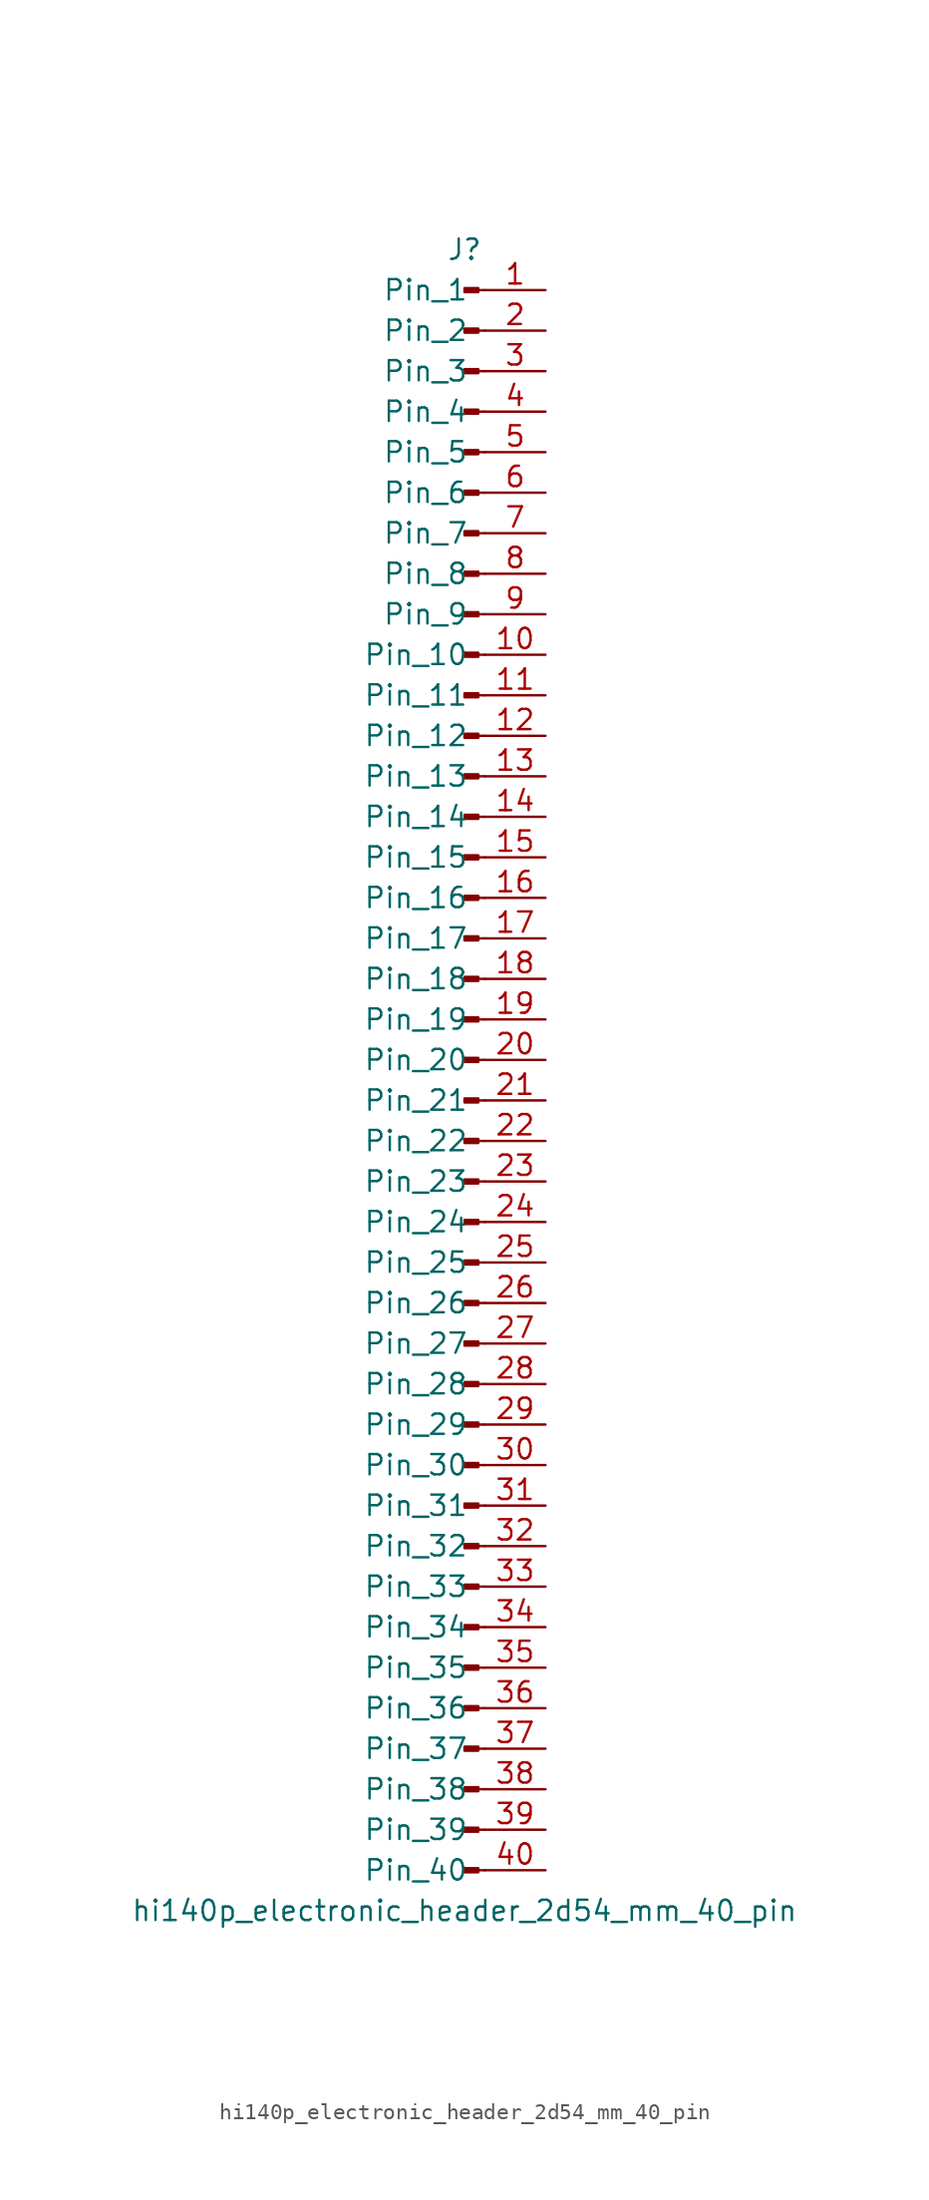
<source format=kicad_sym>
(kicad_symbol_lib
  (version 20220914)
  (generator kicad_symbol_editor)
  (symbol "hi140p_electronic_header_2d54_mm_40_pin"
    (pin_names
      (offset 1.016))
    (property "Reference" "J"
      (at 0 50.8 0)
      (effects (font (size 1.27 1.27))))
    (property "Value" "hi140p_electronic_header_2d54_mm_40_pin"
      (at 0 -53.34 0)
      (effects (font (size 1.27 1.27))))
    (property "ki_locked" ""
      (at 0 0 0)
      (effects (font (size 1.27 1.27))))
    (symbol "hi140p_electronic_header_2d54_mm_40_pin_1_1"
      (polyline (pts (xy 1.27 -50.8) (xy 0.864 -50.8)) (stroke (width 0.152) (type default)) (fill (type none)))
      (polyline (pts (xy 1.27 -48.26) (xy 0.864 -48.26)) (stroke (width 0.152) (type default)) (fill (type none)))
      (polyline (pts (xy 1.27 -45.72) (xy 0.864 -45.72)) (stroke (width 0.152) (type default)) (fill (type none)))
      (polyline (pts (xy 1.27 -43.18) (xy 0.864 -43.18)) (stroke (width 0.152) (type default)) (fill (type none)))
      (polyline (pts (xy 1.27 -40.64) (xy 0.864 -40.64)) (stroke (width 0.152) (type default)) (fill (type none)))
      (polyline (pts (xy 1.27 -38.1) (xy 0.864 -38.1)) (stroke (width 0.152) (type default)) (fill (type none)))
      (polyline (pts (xy 1.27 -35.56) (xy 0.864 -35.56)) (stroke (width 0.152) (type default)) (fill (type none)))
      (polyline (pts (xy 1.27 -33.02) (xy 0.864 -33.02)) (stroke (width 0.152) (type default)) (fill (type none)))
      (polyline (pts (xy 1.27 -30.48) (xy 0.864 -30.48)) (stroke (width 0.152) (type default)) (fill (type none)))
      (polyline (pts (xy 1.27 -27.94) (xy 0.864 -27.94)) (stroke (width 0.152) (type default)) (fill (type none)))
      (polyline (pts (xy 1.27 -25.4) (xy 0.864 -25.4)) (stroke (width 0.152) (type default)) (fill (type none)))
      (polyline (pts (xy 1.27 -22.86) (xy 0.864 -22.86)) (stroke (width 0.152) (type default)) (fill (type none)))
      (polyline (pts (xy 1.27 -20.32) (xy 0.864 -20.32)) (stroke (width 0.152) (type default)) (fill (type none)))
      (polyline (pts (xy 1.27 -17.78) (xy 0.864 -17.78)) (stroke (width 0.152) (type default)) (fill (type none)))
      (polyline (pts (xy 1.27 -15.24) (xy 0.864 -15.24)) (stroke (width 0.152) (type default)) (fill (type none)))
      (polyline (pts (xy 1.27 -12.7) (xy 0.864 -12.7)) (stroke (width 0.152) (type default)) (fill (type none)))
      (polyline (pts (xy 1.27 -10.16) (xy 0.864 -10.16)) (stroke (width 0.152) (type default)) (fill (type none)))
      (polyline (pts (xy 1.27 -7.62) (xy 0.864 -7.62)) (stroke (width 0.152) (type default)) (fill (type none)))
      (polyline (pts (xy 1.27 -5.08) (xy 0.864 -5.08)) (stroke (width 0.152) (type default)) (fill (type none)))
      (polyline (pts (xy 1.27 -2.54) (xy 0.864 -2.54)) (stroke (width 0.152) (type default)) (fill (type none)))
      (polyline (pts (xy 1.27 0) (xy 0.864 0)) (stroke (width 0.152) (type default)) (fill (type none)))
      (polyline (pts (xy 1.27 2.54) (xy 0.864 2.54)) (stroke (width 0.152) (type default)) (fill (type none)))
      (polyline (pts (xy 1.27 5.08) (xy 0.864 5.08)) (stroke (width 0.152) (type default)) (fill (type none)))
      (polyline (pts (xy 1.27 7.62) (xy 0.864 7.62)) (stroke (width 0.152) (type default)) (fill (type none)))
      (polyline (pts (xy 1.27 10.16) (xy 0.864 10.16)) (stroke (width 0.152) (type default)) (fill (type none)))
      (polyline (pts (xy 1.27 12.7) (xy 0.864 12.7)) (stroke (width 0.152) (type default)) (fill (type none)))
      (polyline (pts (xy 1.27 15.24) (xy 0.864 15.24)) (stroke (width 0.152) (type default)) (fill (type none)))
      (polyline (pts (xy 1.27 17.78) (xy 0.864 17.78)) (stroke (width 0.152) (type default)) (fill (type none)))
      (polyline (pts (xy 1.27 20.32) (xy 0.864 20.32)) (stroke (width 0.152) (type default)) (fill (type none)))
      (polyline (pts (xy 1.27 22.86) (xy 0.864 22.86)) (stroke (width 0.152) (type default)) (fill (type none)))
      (polyline (pts (xy 1.27 25.4) (xy 0.864 25.4)) (stroke (width 0.152) (type default)) (fill (type none)))
      (polyline (pts (xy 1.27 27.94) (xy 0.864 27.94)) (stroke (width 0.152) (type default)) (fill (type none)))
      (polyline (pts (xy 1.27 30.48) (xy 0.864 30.48)) (stroke (width 0.152) (type default)) (fill (type none)))
      (polyline (pts (xy 1.27 33.02) (xy 0.864 33.02)) (stroke (width 0.152) (type default)) (fill (type none)))
      (polyline (pts (xy 1.27 35.56) (xy 0.864 35.56)) (stroke (width 0.152) (type default)) (fill (type none)))
      (polyline (pts (xy 1.27 38.1) (xy 0.864 38.1)) (stroke (width 0.152) (type default)) (fill (type none)))
      (polyline (pts (xy 1.27 40.64) (xy 0.864 40.64)) (stroke (width 0.152) (type default)) (fill (type none)))
      (polyline (pts (xy 1.27 43.18) (xy 0.864 43.18)) (stroke (width 0.152) (type default)) (fill (type none)))
      (polyline (pts (xy 1.27 45.72) (xy 0.864 45.72)) (stroke (width 0.152) (type default)) (fill (type none)))
      (polyline (pts (xy 1.27 48.26) (xy 0.864 48.26)) (stroke (width 0.152) (type default)) (fill (type none)))
      (rectangle (start 0.864 -50.673) (end 0 -50.927) (stroke (width 0.152) (type default)) (fill (type outline)))
      (rectangle (start 0.864 -48.133) (end 0 -48.387) (stroke (width 0.152) (type default)) (fill (type outline)))
      (rectangle (start 0.864 -45.593) (end 0 -45.847) (stroke (width 0.152) (type default)) (fill (type outline)))
      (rectangle (start 0.864 -43.053) (end 0 -43.307) (stroke (width 0.152) (type default)) (fill (type outline)))
      (rectangle (start 0.864 -40.513) (end 0 -40.767) (stroke (width 0.152) (type default)) (fill (type outline)))
      (rectangle (start 0.864 -37.973) (end 0 -38.227) (stroke (width 0.152) (type default)) (fill (type outline)))
      (rectangle (start 0.864 -35.433) (end 0 -35.687) (stroke (width 0.152) (type default)) (fill (type outline)))
      (rectangle (start 0.864 -32.893) (end 0 -33.147) (stroke (width 0.152) (type default)) (fill (type outline)))
      (rectangle (start 0.864 -30.353) (end 0 -30.607) (stroke (width 0.152) (type default)) (fill (type outline)))
      (rectangle (start 0.864 -27.813) (end 0 -28.067) (stroke (width 0.152) (type default)) (fill (type outline)))
      (rectangle (start 0.864 -25.273) (end 0 -25.527) (stroke (width 0.152) (type default)) (fill (type outline)))
      (rectangle (start 0.864 -22.733) (end 0 -22.987) (stroke (width 0.152) (type default)) (fill (type outline)))
      (rectangle (start 0.864 -20.193) (end 0 -20.447) (stroke (width 0.152) (type default)) (fill (type outline)))
      (rectangle (start 0.864 -17.653) (end 0 -17.907) (stroke (width 0.152) (type default)) (fill (type outline)))
      (rectangle (start 0.864 -15.113) (end 0 -15.367) (stroke (width 0.152) (type default)) (fill (type outline)))
      (rectangle (start 0.864 -12.573) (end 0 -12.827) (stroke (width 0.152) (type default)) (fill (type outline)))
      (rectangle (start 0.864 -10.033) (end 0 -10.287) (stroke (width 0.152) (type default)) (fill (type outline)))
      (rectangle (start 0.864 -7.493) (end 0 -7.747) (stroke (width 0.152) (type default)) (fill (type outline)))
      (rectangle (start 0.864 -4.953) (end 0 -5.207) (stroke (width 0.152) (type default)) (fill (type outline)))
      (rectangle (start 0.864 -2.413) (end 0 -2.667) (stroke (width 0.152) (type default)) (fill (type outline)))
      (rectangle (start 0.864 0.127) (end 0 -0.127) (stroke (width 0.152) (type default)) (fill (type outline)))
      (rectangle (start 0.864 2.667) (end 0 2.413) (stroke (width 0.152) (type default)) (fill (type outline)))
      (rectangle (start 0.864 5.207) (end 0 4.953) (stroke (width 0.152) (type default)) (fill (type outline)))
      (rectangle (start 0.864 7.747) (end 0 7.493) (stroke (width 0.152) (type default)) (fill (type outline)))
      (rectangle (start 0.864 10.287) (end 0 10.033) (stroke (width 0.152) (type default)) (fill (type outline)))
      (rectangle (start 0.864 12.827) (end 0 12.573) (stroke (width 0.152) (type default)) (fill (type outline)))
      (rectangle (start 0.864 15.367) (end 0 15.113) (stroke (width 0.152) (type default)) (fill (type outline)))
      (rectangle (start 0.864 17.907) (end 0 17.653) (stroke (width 0.152) (type default)) (fill (type outline)))
      (rectangle (start 0.864 20.447) (end 0 20.193) (stroke (width 0.152) (type default)) (fill (type outline)))
      (rectangle (start 0.864 22.987) (end 0 22.733) (stroke (width 0.152) (type default)) (fill (type outline)))
      (rectangle (start 0.864 25.527) (end 0 25.273) (stroke (width 0.152) (type default)) (fill (type outline)))
      (rectangle (start 0.864 28.067) (end 0 27.813) (stroke (width 0.152) (type default)) (fill (type outline)))
      (rectangle (start 0.864 30.607) (end 0 30.353) (stroke (width 0.152) (type default)) (fill (type outline)))
      (rectangle (start 0.864 33.147) (end 0 32.893) (stroke (width 0.152) (type default)) (fill (type outline)))
      (rectangle (start 0.864 35.687) (end 0 35.433) (stroke (width 0.152) (type default)) (fill (type outline)))
      (rectangle (start 0.864 38.227) (end 0 37.973) (stroke (width 0.152) (type default)) (fill (type outline)))
      (rectangle (start 0.864 40.767) (end 0 40.513) (stroke (width 0.152) (type default)) (fill (type outline)))
      (rectangle (start 0.864 43.307) (end 0 43.053) (stroke (width 0.152) (type default)) (fill (type outline)))
      (rectangle (start 0.864 45.847) (end 0 45.593) (stroke (width 0.152) (type default)) (fill (type outline)))
      (rectangle (start 0.864 48.387) (end 0 48.133) (stroke (width 0.152) (type default)) (fill (type outline)))
      (pin passive line (at 5.08 48.26 180) (length 3.81) (name "Pin_1" (effects (font (size 1.27 1.27)))) (number "1" (effects (font (size 1.27 1.27)))))
      (pin passive line (at 5.08 25.4 180) (length 3.81) (name "Pin_10" (effects (font (size 1.27 1.27)))) (number "10" (effects (font (size 1.27 1.27)))))
      (pin passive line (at 5.08 22.86 180) (length 3.81) (name "Pin_11" (effects (font (size 1.27 1.27)))) (number "11" (effects (font (size 1.27 1.27)))))
      (pin passive line (at 5.08 20.32 180) (length 3.81) (name "Pin_12" (effects (font (size 1.27 1.27)))) (number "12" (effects (font (size 1.27 1.27)))))
      (pin passive line (at 5.08 17.78 180) (length 3.81) (name "Pin_13" (effects (font (size 1.27 1.27)))) (number "13" (effects (font (size 1.27 1.27)))))
      (pin passive line (at 5.08 15.24 180) (length 3.81) (name "Pin_14" (effects (font (size 1.27 1.27)))) (number "14" (effects (font (size 1.27 1.27)))))
      (pin passive line (at 5.08 12.7 180) (length 3.81) (name "Pin_15" (effects (font (size 1.27 1.27)))) (number "15" (effects (font (size 1.27 1.27)))))
      (pin passive line (at 5.08 10.16 180) (length 3.81) (name "Pin_16" (effects (font (size 1.27 1.27)))) (number "16" (effects (font (size 1.27 1.27)))))
      (pin passive line (at 5.08 7.62 180) (length 3.81) (name "Pin_17" (effects (font (size 1.27 1.27)))) (number "17" (effects (font (size 1.27 1.27)))))
      (pin passive line (at 5.08 5.08 180) (length 3.81) (name "Pin_18" (effects (font (size 1.27 1.27)))) (number "18" (effects (font (size 1.27 1.27)))))
      (pin passive line (at 5.08 2.54 180) (length 3.81) (name "Pin_19" (effects (font (size 1.27 1.27)))) (number "19" (effects (font (size 1.27 1.27)))))
      (pin passive line (at 5.08 45.72 180) (length 3.81) (name "Pin_2" (effects (font (size 1.27 1.27)))) (number "2" (effects (font (size 1.27 1.27)))))
      (pin passive line (at 5.08 0 180) (length 3.81) (name "Pin_20" (effects (font (size 1.27 1.27)))) (number "20" (effects (font (size 1.27 1.27)))))
      (pin passive line (at 5.08 -2.54 180) (length 3.81) (name "Pin_21" (effects (font (size 1.27 1.27)))) (number "21" (effects (font (size 1.27 1.27)))))
      (pin passive line (at 5.08 -5.08 180) (length 3.81) (name "Pin_22" (effects (font (size 1.27 1.27)))) (number "22" (effects (font (size 1.27 1.27)))))
      (pin passive line (at 5.08 -7.62 180) (length 3.81) (name "Pin_23" (effects (font (size 1.27 1.27)))) (number "23" (effects (font (size 1.27 1.27)))))
      (pin passive line (at 5.08 -10.16 180) (length 3.81) (name "Pin_24" (effects (font (size 1.27 1.27)))) (number "24" (effects (font (size 1.27 1.27)))))
      (pin passive line (at 5.08 -12.7 180) (length 3.81) (name "Pin_25" (effects (font (size 1.27 1.27)))) (number "25" (effects (font (size 1.27 1.27)))))
      (pin passive line (at 5.08 -15.24 180) (length 3.81) (name "Pin_26" (effects (font (size 1.27 1.27)))) (number "26" (effects (font (size 1.27 1.27)))))
      (pin passive line (at 5.08 -17.78 180) (length 3.81) (name "Pin_27" (effects (font (size 1.27 1.27)))) (number "27" (effects (font (size 1.27 1.27)))))
      (pin passive line (at 5.08 -20.32 180) (length 3.81) (name "Pin_28" (effects (font (size 1.27 1.27)))) (number "28" (effects (font (size 1.27 1.27)))))
      (pin passive line (at 5.08 -22.86 180) (length 3.81) (name "Pin_29" (effects (font (size 1.27 1.27)))) (number "29" (effects (font (size 1.27 1.27)))))
      (pin passive line (at 5.08 43.18 180) (length 3.81) (name "Pin_3" (effects (font (size 1.27 1.27)))) (number "3" (effects (font (size 1.27 1.27)))))
      (pin passive line (at 5.08 -25.4 180) (length 3.81) (name "Pin_30" (effects (font (size 1.27 1.27)))) (number "30" (effects (font (size 1.27 1.27)))))
      (pin passive line (at 5.08 -27.94 180) (length 3.81) (name "Pin_31" (effects (font (size 1.27 1.27)))) (number "31" (effects (font (size 1.27 1.27)))))
      (pin passive line (at 5.08 -30.48 180) (length 3.81) (name "Pin_32" (effects (font (size 1.27 1.27)))) (number "32" (effects (font (size 1.27 1.27)))))
      (pin passive line (at 5.08 -33.02 180) (length 3.81) (name "Pin_33" (effects (font (size 1.27 1.27)))) (number "33" (effects (font (size 1.27 1.27)))))
      (pin passive line (at 5.08 -35.56 180) (length 3.81) (name "Pin_34" (effects (font (size 1.27 1.27)))) (number "34" (effects (font (size 1.27 1.27)))))
      (pin passive line (at 5.08 -38.1 180) (length 3.81) (name "Pin_35" (effects (font (size 1.27 1.27)))) (number "35" (effects (font (size 1.27 1.27)))))
      (pin passive line (at 5.08 -40.64 180) (length 3.81) (name "Pin_36" (effects (font (size 1.27 1.27)))) (number "36" (effects (font (size 1.27 1.27)))))
      (pin passive line (at 5.08 -43.18 180) (length 3.81) (name "Pin_37" (effects (font (size 1.27 1.27)))) (number "37" (effects (font (size 1.27 1.27)))))
      (pin passive line (at 5.08 -45.72 180) (length 3.81) (name "Pin_38" (effects (font (size 1.27 1.27)))) (number "38" (effects (font (size 1.27 1.27)))))
      (pin passive line (at 5.08 -48.26 180) (length 3.81) (name "Pin_39" (effects (font (size 1.27 1.27)))) (number "39" (effects (font (size 1.27 1.27)))))
      (pin passive line (at 5.08 40.64 180) (length 3.81) (name "Pin_4" (effects (font (size 1.27 1.27)))) (number "4" (effects (font (size 1.27 1.27)))))
      (pin passive line (at 5.08 -50.8 180) (length 3.81) (name "Pin_40" (effects (font (size 1.27 1.27)))) (number "40" (effects (font (size 1.27 1.27)))))
      (pin passive line (at 5.08 38.1 180) (length 3.81) (name "Pin_5" (effects (font (size 1.27 1.27)))) (number "5" (effects (font (size 1.27 1.27)))))
      (pin passive line (at 5.08 35.56 180) (length 3.81) (name "Pin_6" (effects (font (size 1.27 1.27)))) (number "6" (effects (font (size 1.27 1.27)))))
      (pin passive line (at 5.08 33.02 180) (length 3.81) (name "Pin_7" (effects (font (size 1.27 1.27)))) (number "7" (effects (font (size 1.27 1.27)))))
      (pin passive line (at 5.08 30.48 180) (length 3.81) (name "Pin_8" (effects (font (size 1.27 1.27)))) (number "8" (effects (font (size 1.27 1.27)))))
      (pin passive line (at 5.08 27.94 180) (length 3.81) (name "Pin_9" (effects (font (size 1.27 1.27)))) (number "9" (effects (font (size 1.27 1.27))))))))
</source>
